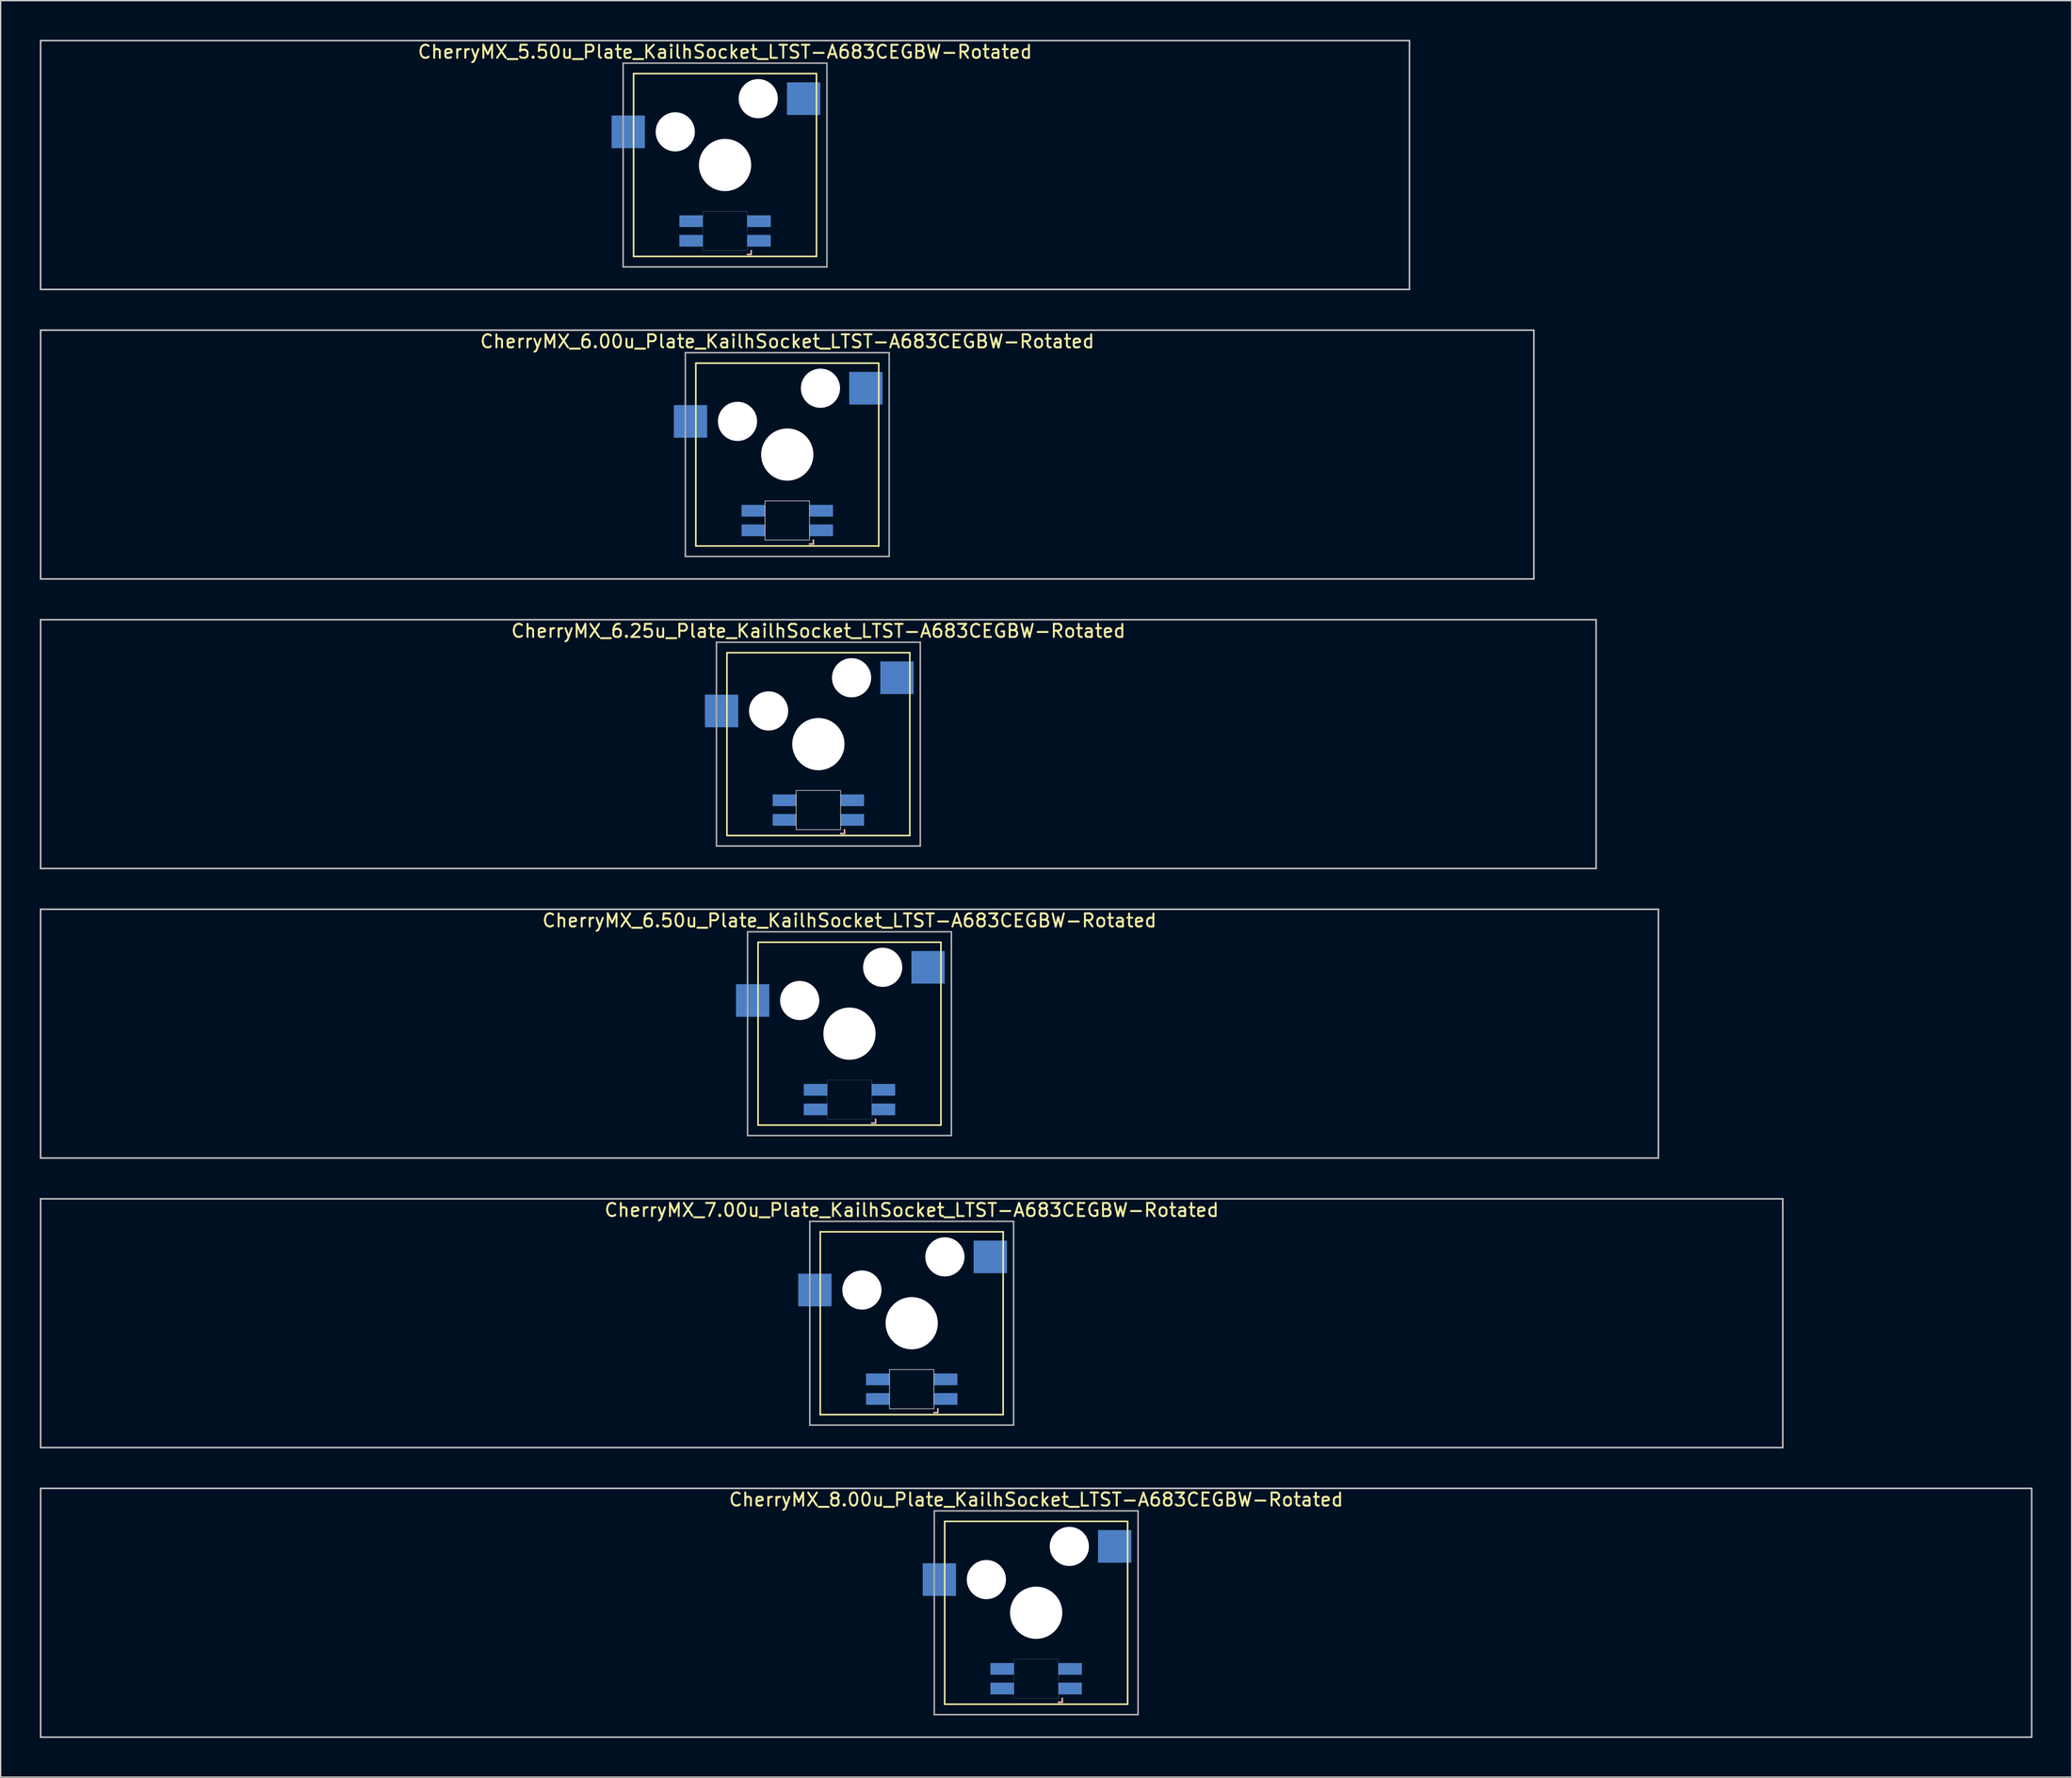
<source format=kicad_pcb>
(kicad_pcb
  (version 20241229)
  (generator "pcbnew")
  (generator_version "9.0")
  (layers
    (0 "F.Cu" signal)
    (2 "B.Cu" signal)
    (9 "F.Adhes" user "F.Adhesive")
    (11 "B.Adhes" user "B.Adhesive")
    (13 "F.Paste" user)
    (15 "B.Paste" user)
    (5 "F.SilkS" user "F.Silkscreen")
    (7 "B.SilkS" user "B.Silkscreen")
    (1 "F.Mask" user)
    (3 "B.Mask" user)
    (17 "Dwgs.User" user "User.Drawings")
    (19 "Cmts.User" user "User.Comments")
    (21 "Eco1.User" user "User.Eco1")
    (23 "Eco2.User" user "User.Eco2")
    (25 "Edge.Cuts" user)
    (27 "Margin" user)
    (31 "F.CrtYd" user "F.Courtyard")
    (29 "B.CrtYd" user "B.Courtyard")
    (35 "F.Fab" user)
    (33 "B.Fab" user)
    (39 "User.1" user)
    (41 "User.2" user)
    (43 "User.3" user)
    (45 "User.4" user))
  (footprint "CherryMX_5.50u_Plate_KailhSocket_LTST-A683CEGBW-Rotated"
    (layer "F.Cu")
    (at 52.447 9.585)
    (property "Reference" "CherryMX_5.50u_Plate_KailhSocket_LTST-A683CEGBW-Rotated" (at 0 -8.662 0) (layer "F.SilkS") (effects (font (size 1 1) (thickness 0.15))))
    (attr through_hole)
    (fp_line (start -7 -7) (end -7 7) (stroke (width 0.12) (type solid)) (layer "F.SilkS"))
    (fp_line (start -7 -7) (end 7 -7) (stroke (width 0.12) (type solid)) (layer "F.SilkS"))
    (fp_line (start 7 -7) (end 7 7) (stroke (width 0.12) (type solid)) (layer "F.SilkS"))
    (fp_line (start 7 7) (end -7 7) (stroke (width 0.12) (type solid)) (layer "F.SilkS"))
    (fp_line (start 1.7 6.85) (end 2 6.85) (stroke (width 0.12) (type solid)) (layer "B.SilkS"))
    (fp_line (start 2 6.85) (end 2 6.55) (stroke (width 0.12) (type solid)) (layer "B.SilkS"))
    (fp_line (start -52.388 -9.525) (end 52.388 -9.525) (stroke (width 0.12) (type solid)) (layer "Dwgs.User"))
    (fp_line (start -52.388 9.525) (end -52.388 -9.525) (stroke (width 0.12) (type solid)) (layer "Dwgs.User"))
    (fp_line (start 52.388 -9.525) (end 52.388 9.525) (stroke (width 0.12) (type solid)) (layer "Dwgs.User"))
    (fp_line (start 52.388 9.525) (end -52.388 9.525) (stroke (width 0.12) (type solid)) (layer "Dwgs.User"))
    (fp_poly (pts (xy -1.7 3.55) (xy 1.7 3.55) (xy 1.7 6.55) (xy -1.7 6.55)) (stroke (width 0.01) (type solid)) (fill no) (layer "Edge.Cuts"))
    (fp_line (start -7.8 -7.8) (end -7.8 7.8) (stroke (width 0.12) (type solid)) (layer "F.Fab"))
    (fp_line (start -7.8 -7.8) (end 7.8 -7.8) (stroke (width 0.12) (type solid)) (layer "F.Fab"))
    (fp_line (start -7.8 7.8) (end 7.8 7.8) (stroke (width 0.12) (type solid)) (layer "F.Fab"))
    (fp_line (start 7.8 -7.8) (end 7.8 7.8) (stroke (width 0.12) (type solid)) (layer "F.Fab"))
    (pad "" np_thru_hole circle (at -3.81 -2.54) (size 3 3) (drill 3) (layers "*.Cu" "*.Mask"))
    (pad "" np_thru_hole circle (at 0 0) (size 4 4) (drill 4) (layers "*.Cu" "*.Mask"))
    (pad "" np_thru_hole circle (at 2.54 -5.08) (size 3 3) (drill 3) (layers "*.Cu" "*.Mask"))
    (pad "1" smd rect (at -7.41 -2.54) (size 2.55 2.5) (layers "B.Cu" "B.Mask" "B.Paste"))
    (pad "2" smd rect (at 6.015 -5.08) (size 2.55 2.5) (layers "B.Cu" "B.Mask" "B.Paste"))
    (pad "3" smd rect (at 2.6 5.8 180) (size 1.8 0.9) (layers "B.Cu" "B.Mask" "B.Paste"))
    (pad "4" smd rect (at 2.6 4.3 180) (size 1.8 0.9) (layers "B.Cu" "B.Mask" "B.Paste"))
    (pad "5" smd rect (at -2.6 5.8 180) (size 1.8 0.9) (layers "B.Cu" "B.Mask" "B.Paste"))
    (pad "6" smd rect (at -2.6 4.3 180) (size 1.8 0.9) (layers "B.Cu" "B.Mask" "B.Paste")))
  (footprint "CherryMX_7.00u_Plate_KailhSocket_LTST-A683CEGBW-Rotated"
    (layer "F.Cu")
    (at 66.735 98.265)
    (property "Reference" "CherryMX_7.00u_Plate_KailhSocket_LTST-A683CEGBW-Rotated" (at 0 -8.662 0) (layer "F.SilkS") (effects (font (size 1 1) (thickness 0.15))))
    (attr through_hole)
    (fp_line (start -7 -7) (end -7 7) (stroke (width 0.12) (type solid)) (layer "F.SilkS"))
    (fp_line (start -7 -7) (end 7 -7) (stroke (width 0.12) (type solid)) (layer "F.SilkS"))
    (fp_line (start 7 -7) (end 7 7) (stroke (width 0.12) (type solid)) (layer "F.SilkS"))
    (fp_line (start 7 7) (end -7 7) (stroke (width 0.12) (type solid)) (layer "F.SilkS"))
    (fp_line (start 1.7 6.85) (end 2 6.85) (stroke (width 0.12) (type solid)) (layer "B.SilkS"))
    (fp_line (start 2 6.85) (end 2 6.55) (stroke (width 0.12) (type solid)) (layer "B.SilkS"))
    (fp_line (start -66.675 -9.525) (end 66.675 -9.525) (stroke (width 0.12) (type solid)) (layer "Dwgs.User"))
    (fp_line (start -66.675 9.525) (end -66.675 -9.525) (stroke (width 0.12) (type solid)) (layer "Dwgs.User"))
    (fp_line (start 66.675 -9.525) (end 66.675 9.525) (stroke (width 0.12) (type solid)) (layer "Dwgs.User"))
    (fp_line (start 66.675 9.525) (end -66.675 9.525) (stroke (width 0.12) (type solid)) (layer "Dwgs.User"))
    (fp_line (start -1.7 3.55) (end 1.7 3.55) (stroke (width 0.05) (type solid)) (layer "Edge.Cuts"))
    (fp_line (start -1.7 6.55) (end -1.7 3.55) (stroke (width 0.05) (type solid)) (layer "Edge.Cuts"))
    (fp_line (start 1.7 3.55) (end 1.7 6.55) (stroke (width 0.05) (type solid)) (layer "Edge.Cuts"))
    (fp_line (start 1.7 6.55) (end -1.7 6.55) (stroke (width 0.05) (type solid)) (layer "Edge.Cuts"))
    (fp_line (start -7.8 -7.8) (end -7.8 7.8) (stroke (width 0.12) (type solid)) (layer "F.Fab"))
    (fp_line (start -7.8 -7.8) (end 7.8 -7.8) (stroke (width 0.12) (type solid)) (layer "F.Fab"))
    (fp_line (start -7.8 7.8) (end 7.8 7.8) (stroke (width 0.12) (type solid)) (layer "F.Fab"))
    (fp_line (start 7.8 -7.8) (end 7.8 7.8) (stroke (width 0.12) (type solid)) (layer "F.Fab"))
    (pad "" np_thru_hole circle (at -3.81 -2.54) (size 3 3) (drill 3) (layers "*.Cu" "*.Mask"))
    (pad "" np_thru_hole circle (at 0 0) (size 4 4) (drill 4) (layers "*.Cu" "*.Mask"))
    (pad "" np_thru_hole circle (at 2.54 -5.08) (size 3 3) (drill 3) (layers "*.Cu" "*.Mask"))
    (pad "1" smd rect (at -7.41 -2.54) (size 2.55 2.5) (layers "B.Cu" "B.Mask" "B.Paste"))
    (pad "2" smd rect (at 6.015 -5.08) (size 2.55 2.5) (layers "B.Cu" "B.Mask" "B.Paste"))
    (pad "3" smd rect (at 2.6 5.8) (size 1.8 0.9) (layers "B.Cu" "B.Mask" "B.Paste"))
    (pad "4" smd rect (at 2.6 4.3) (size 1.8 0.9) (layers "B.Cu" "B.Mask" "B.Paste"))
    (pad "5" smd rect (at -2.6 5.8) (size 1.8 0.9) (layers "B.Cu" "B.Mask" "B.Paste"))
    (pad "6" smd rect (at -2.6 4.3) (size 1.8 0.9) (layers "B.Cu" "B.Mask" "B.Paste")))
  (footprint "CherryMX_8.00u_Plate_KailhSocket_LTST-A683CEGBW-Rotated"
    (layer "F.Cu")
    (at 76.26 120.435)
    (property "Reference" "CherryMX_8.00u_Plate_KailhSocket_LTST-A683CEGBW-Rotated" (at 0 -8.662 0) (layer "F.SilkS") (effects (font (size 1 1) (thickness 0.15))))
    (attr through_hole)
    (fp_line (start -7 -7) (end -7 7) (stroke (width 0.12) (type solid)) (layer "F.SilkS"))
    (fp_line (start -7 -7) (end 7 -7) (stroke (width 0.12) (type solid)) (layer "F.SilkS"))
    (fp_line (start 7 -7) (end 7 7) (stroke (width 0.12) (type solid)) (layer "F.SilkS"))
    (fp_line (start 7 7) (end -7 7) (stroke (width 0.12) (type solid)) (layer "F.SilkS"))
    (fp_line (start 1.7 6.85) (end 2 6.85) (stroke (width 0.12) (type solid)) (layer "B.SilkS"))
    (fp_line (start 2 6.85) (end 2 6.55) (stroke (width 0.12) (type solid)) (layer "B.SilkS"))
    (fp_line (start -76.2 -9.525) (end 76.2 -9.525) (stroke (width 0.12) (type solid)) (layer "Dwgs.User"))
    (fp_line (start -76.2 9.525) (end -76.2 -9.525) (stroke (width 0.12) (type solid)) (layer "Dwgs.User"))
    (fp_line (start 76.2 -9.525) (end 76.2 9.525) (stroke (width 0.12) (type solid)) (layer "Dwgs.User"))
    (fp_line (start 76.2 9.525) (end -76.2 9.525) (stroke (width 0.12) (type solid)) (layer "Dwgs.User"))
    (fp_poly (pts (xy -1.7 3.55) (xy 1.7 3.55) (xy 1.7 6.55) (xy -1.7 6.55)) (stroke (width 0.01) (type solid)) (fill no) (layer "Edge.Cuts"))
    (fp_line (start -7.8 -7.8) (end -7.8 7.8) (stroke (width 0.12) (type solid)) (layer "F.Fab"))
    (fp_line (start -7.8 -7.8) (end 7.8 -7.8) (stroke (width 0.12) (type solid)) (layer "F.Fab"))
    (fp_line (start -7.8 7.8) (end 7.8 7.8) (stroke (width 0.12) (type solid)) (layer "F.Fab"))
    (fp_line (start 7.8 -7.8) (end 7.8 7.8) (stroke (width 0.12) (type solid)) (layer "F.Fab"))
    (pad "" np_thru_hole circle (at -3.81 -2.54) (size 3 3) (drill 3) (layers "*.Cu" "*.Mask"))
    (pad "" np_thru_hole circle (at 0 0) (size 4 4) (drill 4) (layers "*.Cu" "*.Mask"))
    (pad "" np_thru_hole circle (at 2.54 -5.08) (size 3 3) (drill 3) (layers "*.Cu" "*.Mask"))
    (pad "1" smd rect (at -7.41 -2.54) (size 2.55 2.5) (layers "B.Cu" "B.Mask" "B.Paste"))
    (pad "2" smd rect (at 6.015 -5.08) (size 2.55 2.5) (layers "B.Cu" "B.Mask" "B.Paste"))
    (pad "3" smd rect (at 2.6 5.8 180) (size 1.8 0.9) (layers "B.Cu" "B.Mask" "B.Paste"))
    (pad "4" smd rect (at 2.6 4.3 180) (size 1.8 0.9) (layers "B.Cu" "B.Mask" "B.Paste"))
    (pad "5" smd rect (at -2.6 5.8 180) (size 1.8 0.9) (layers "B.Cu" "B.Mask" "B.Paste"))
    (pad "6" smd rect (at -2.6 4.3 180) (size 1.8 0.9) (layers "B.Cu" "B.Mask" "B.Paste")))
  (footprint "CherryMX_6.25u_Plate_KailhSocket_LTST-A683CEGBW-Rotated"
    (layer "F.Cu")
    (at 59.591 53.925)
    (property "Reference" "CherryMX_6.25u_Plate_KailhSocket_LTST-A683CEGBW-Rotated" (at 0 -8.662 0) (layer "F.SilkS") (effects (font (size 1 1) (thickness 0.15))))
    (attr through_hole)
    (fp_line (start -7 -7) (end -7 7) (stroke (width 0.12) (type solid)) (layer "F.SilkS"))
    (fp_line (start -7 -7) (end 7 -7) (stroke (width 0.12) (type solid)) (layer "F.SilkS"))
    (fp_line (start 7 -7) (end 7 7) (stroke (width 0.12) (type solid)) (layer "F.SilkS"))
    (fp_line (start 7 7) (end -7 7) (stroke (width 0.12) (type solid)) (layer "F.SilkS"))
    (fp_line (start 1.7 6.85) (end 2 6.85) (stroke (width 0.12) (type solid)) (layer "B.SilkS"))
    (fp_line (start 2 6.85) (end 2 6.55) (stroke (width 0.12) (type solid)) (layer "B.SilkS"))
    (fp_line (start -59.531 -9.525) (end 59.531 -9.525) (stroke (width 0.12) (type solid)) (layer "Dwgs.User"))
    (fp_line (start -59.531 9.525) (end -59.531 -9.525) (stroke (width 0.12) (type solid)) (layer "Dwgs.User"))
    (fp_line (start 59.531 -9.525) (end 59.531 9.525) (stroke (width 0.12) (type solid)) (layer "Dwgs.User"))
    (fp_line (start 59.531 9.525) (end -59.531 9.525) (stroke (width 0.12) (type solid)) (layer "Dwgs.User"))
    (fp_line (start -1.7 3.55) (end 1.7 3.55) (stroke (width 0.05) (type solid)) (layer "Edge.Cuts"))
    (fp_line (start -1.7 6.55) (end -1.7 3.55) (stroke (width 0.05) (type solid)) (layer "Edge.Cuts"))
    (fp_line (start 1.7 3.55) (end 1.7 6.55) (stroke (width 0.05) (type solid)) (layer "Edge.Cuts"))
    (fp_line (start 1.7 6.55) (end -1.7 6.55) (stroke (width 0.05) (type solid)) (layer "Edge.Cuts"))
    (fp_line (start -7.8 -7.8) (end -7.8 7.8) (stroke (width 0.12) (type solid)) (layer "F.Fab"))
    (fp_line (start -7.8 -7.8) (end 7.8 -7.8) (stroke (width 0.12) (type solid)) (layer "F.Fab"))
    (fp_line (start -7.8 7.8) (end 7.8 7.8) (stroke (width 0.12) (type solid)) (layer "F.Fab"))
    (fp_line (start 7.8 -7.8) (end 7.8 7.8) (stroke (width 0.12) (type solid)) (layer "F.Fab"))
    (pad "" np_thru_hole circle (at -3.81 -2.54) (size 3 3) (drill 3) (layers "*.Cu" "*.Mask"))
    (pad "" np_thru_hole circle (at 0 0) (size 4 4) (drill 4) (layers "*.Cu" "*.Mask"))
    (pad "" np_thru_hole circle (at 2.54 -5.08) (size 3 3) (drill 3) (layers "*.Cu" "*.Mask"))
    (pad "1" smd rect (at -7.41 -2.54) (size 2.55 2.5) (layers "B.Cu" "B.Mask" "B.Paste"))
    (pad "2" smd rect (at 6.015 -5.08) (size 2.55 2.5) (layers "B.Cu" "B.Mask" "B.Paste"))
    (pad "3" smd rect (at 2.6 5.8) (size 1.8 0.9) (layers "B.Cu" "B.Mask" "B.Paste"))
    (pad "4" smd rect (at 2.6 4.3) (size 1.8 0.9) (layers "B.Cu" "B.Mask" "B.Paste"))
    (pad "5" smd rect (at -2.6 5.8) (size 1.8 0.9) (layers "B.Cu" "B.Mask" "B.Paste"))
    (pad "6" smd rect (at -2.6 4.3) (size 1.8 0.9) (layers "B.Cu" "B.Mask" "B.Paste")))
  (footprint "CherryMX_6.00u_Plate_KailhSocket_LTST-A683CEGBW-Rotated"
    (layer "F.Cu")
    (at 57.21 31.755)
    (property "Reference" "CherryMX_6.00u_Plate_KailhSocket_LTST-A683CEGBW-Rotated" (at 0 -8.662 0) (layer "F.SilkS") (effects (font (size 1 1) (thickness 0.15))))
    (attr through_hole)
    (fp_line (start -7 -7) (end -7 7) (stroke (width 0.12) (type solid)) (layer "F.SilkS"))
    (fp_line (start -7 -7) (end 7 -7) (stroke (width 0.12) (type solid)) (layer "F.SilkS"))
    (fp_line (start 7 -7) (end 7 7) (stroke (width 0.12) (type solid)) (layer "F.SilkS"))
    (fp_line (start 7 7) (end -7 7) (stroke (width 0.12) (type solid)) (layer "F.SilkS"))
    (fp_line (start 1.7 6.85) (end 2 6.85) (stroke (width 0.12) (type solid)) (layer "B.SilkS"))
    (fp_line (start 2 6.85) (end 2 6.55) (stroke (width 0.12) (type solid)) (layer "B.SilkS"))
    (fp_line (start -57.15 -9.525) (end 57.15 -9.525) (stroke (width 0.12) (type solid)) (layer "Dwgs.User"))
    (fp_line (start -57.15 9.525) (end -57.15 -9.525) (stroke (width 0.12) (type solid)) (layer "Dwgs.User"))
    (fp_line (start 57.15 -9.525) (end 57.15 9.525) (stroke (width 0.12) (type solid)) (layer "Dwgs.User"))
    (fp_line (start 57.15 9.525) (end -57.15 9.525) (stroke (width 0.12) (type solid)) (layer "Dwgs.User"))
    (fp_line (start -1.7 3.55) (end 1.7 3.55) (stroke (width 0.05) (type solid)) (layer "Edge.Cuts"))
    (fp_line (start -1.7 6.55) (end -1.7 3.55) (stroke (width 0.05) (type solid)) (layer "Edge.Cuts"))
    (fp_line (start 1.7 3.55) (end 1.7 6.55) (stroke (width 0.05) (type solid)) (layer "Edge.Cuts"))
    (fp_line (start 1.7 6.55) (end -1.7 6.55) (stroke (width 0.05) (type solid)) (layer "Edge.Cuts"))
    (fp_line (start -7.8 -7.8) (end -7.8 7.8) (stroke (width 0.12) (type solid)) (layer "F.Fab"))
    (fp_line (start -7.8 -7.8) (end 7.8 -7.8) (stroke (width 0.12) (type solid)) (layer "F.Fab"))
    (fp_line (start -7.8 7.8) (end 7.8 7.8) (stroke (width 0.12) (type solid)) (layer "F.Fab"))
    (fp_line (start 7.8 -7.8) (end 7.8 7.8) (stroke (width 0.12) (type solid)) (layer "F.Fab"))
    (pad "" np_thru_hole circle (at -3.81 -2.54) (size 3 3) (drill 3) (layers "*.Cu" "*.Mask"))
    (pad "" np_thru_hole circle (at 0 0) (size 4 4) (drill 4) (layers "*.Cu" "*.Mask"))
    (pad "" np_thru_hole circle (at 2.54 -5.08) (size 3 3) (drill 3) (layers "*.Cu" "*.Mask"))
    (pad "1" smd rect (at -7.41 -2.54) (size 2.55 2.5) (layers "B.Cu" "B.Mask" "B.Paste"))
    (pad "2" smd rect (at 6.015 -5.08) (size 2.55 2.5) (layers "B.Cu" "B.Mask" "B.Paste"))
    (pad "3" smd rect (at 2.6 5.8 180) (size 1.8 0.9) (layers "B.Cu" "B.Mask" "B.Paste"))
    (pad "4" smd rect (at 2.6 4.3 180) (size 1.8 0.9) (layers "B.Cu" "B.Mask" "B.Paste"))
    (pad "5" smd rect (at -2.6 5.8 180) (size 1.8 0.9) (layers "B.Cu" "B.Mask" "B.Paste"))
    (pad "6" smd rect (at -2.6 4.3 180) (size 1.8 0.9) (layers "B.Cu" "B.Mask" "B.Paste")))
  (footprint "CherryMX_6.50u_Plate_KailhSocket_LTST-A683CEGBW-Rotated"
    (layer "F.Cu")
    (at 61.972 76.095)
    (property "Reference" "CherryMX_6.50u_Plate_KailhSocket_LTST-A683CEGBW-Rotated" (at 0 -8.662 0) (layer "F.SilkS") (effects (font (size 1 1) (thickness 0.15))))
    (attr through_hole)
    (fp_line (start -7 -7) (end -7 7) (stroke (width 0.12) (type solid)) (layer "F.SilkS"))
    (fp_line (start -7 -7) (end 7 -7) (stroke (width 0.12) (type solid)) (layer "F.SilkS"))
    (fp_line (start 7 -7) (end 7 7) (stroke (width 0.12) (type solid)) (layer "F.SilkS"))
    (fp_line (start 7 7) (end -7 7) (stroke (width 0.12) (type solid)) (layer "F.SilkS"))
    (fp_line (start 1.7 6.85) (end 2 6.85) (stroke (width 0.12) (type solid)) (layer "B.SilkS"))
    (fp_line (start 2 6.85) (end 2 6.55) (stroke (width 0.12) (type solid)) (layer "B.SilkS"))
    (fp_line (start -61.913 -9.525) (end 61.913 -9.525) (stroke (width 0.12) (type solid)) (layer "Dwgs.User"))
    (fp_line (start -61.913 9.525) (end -61.913 -9.525) (stroke (width 0.12) (type solid)) (layer "Dwgs.User"))
    (fp_line (start 61.913 -9.525) (end 61.913 9.525) (stroke (width 0.12) (type solid)) (layer "Dwgs.User"))
    (fp_line (start 61.913 9.525) (end -61.913 9.525) (stroke (width 0.12) (type solid)) (layer "Dwgs.User"))
    (fp_poly (pts (xy -1.7 3.55) (xy 1.7 3.55) (xy 1.7 6.55) (xy -1.7 6.55)) (stroke (width 0.01) (type solid)) (fill no) (layer "Edge.Cuts"))
    (fp_line (start -7.8 -7.8) (end -7.8 7.8) (stroke (width 0.12) (type solid)) (layer "F.Fab"))
    (fp_line (start -7.8 -7.8) (end 7.8 -7.8) (stroke (width 0.12) (type solid)) (layer "F.Fab"))
    (fp_line (start -7.8 7.8) (end 7.8 7.8) (stroke (width 0.12) (type solid)) (layer "F.Fab"))
    (fp_line (start 7.8 -7.8) (end 7.8 7.8) (stroke (width 0.12) (type solid)) (layer "F.Fab"))
    (pad "" np_thru_hole circle (at -3.81 -2.54) (size 3 3) (drill 3) (layers "*.Cu" "*.Mask"))
    (pad "" np_thru_hole circle (at 0 0) (size 4 4) (drill 4) (layers "*.Cu" "*.Mask"))
    (pad "" np_thru_hole circle (at 2.54 -5.08) (size 3 3) (drill 3) (layers "*.Cu" "*.Mask"))
    (pad "1" smd rect (at -7.41 -2.54) (size 2.55 2.5) (layers "B.Cu" "B.Mask" "B.Paste"))
    (pad "2" smd rect (at 6.015 -5.08) (size 2.55 2.5) (layers "B.Cu" "B.Mask" "B.Paste"))
    (pad "3" smd rect (at 2.6 5.8 180) (size 1.8 0.9) (layers "B.Cu" "B.Mask" "B.Paste"))
    (pad "4" smd rect (at 2.6 4.3 180) (size 1.8 0.9) (layers "B.Cu" "B.Mask" "B.Paste"))
    (pad "5" smd rect (at -2.6 5.8 180) (size 1.8 0.9) (layers "B.Cu" "B.Mask" "B.Paste"))
    (pad "6" smd rect (at -2.6 4.3 180) (size 1.8 0.9) (layers "B.Cu" "B.Mask" "B.Paste")))
  (gr_rect
    (start -3 -3)
    (end 155.52 133.02)
    (stroke (width 0.1) (type default))
    (fill no)
    (layer "Edge.Cuts")))
</source>
